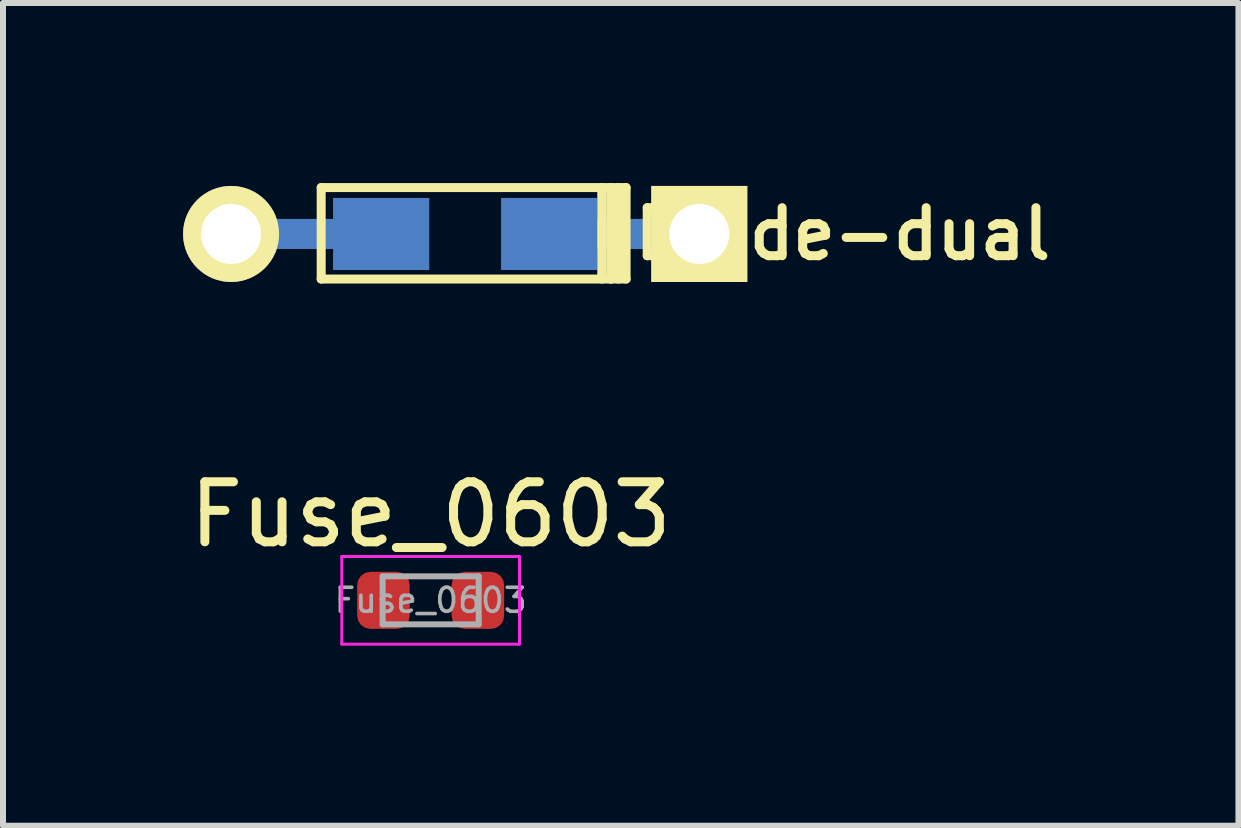
<source format=kicad_pcb>
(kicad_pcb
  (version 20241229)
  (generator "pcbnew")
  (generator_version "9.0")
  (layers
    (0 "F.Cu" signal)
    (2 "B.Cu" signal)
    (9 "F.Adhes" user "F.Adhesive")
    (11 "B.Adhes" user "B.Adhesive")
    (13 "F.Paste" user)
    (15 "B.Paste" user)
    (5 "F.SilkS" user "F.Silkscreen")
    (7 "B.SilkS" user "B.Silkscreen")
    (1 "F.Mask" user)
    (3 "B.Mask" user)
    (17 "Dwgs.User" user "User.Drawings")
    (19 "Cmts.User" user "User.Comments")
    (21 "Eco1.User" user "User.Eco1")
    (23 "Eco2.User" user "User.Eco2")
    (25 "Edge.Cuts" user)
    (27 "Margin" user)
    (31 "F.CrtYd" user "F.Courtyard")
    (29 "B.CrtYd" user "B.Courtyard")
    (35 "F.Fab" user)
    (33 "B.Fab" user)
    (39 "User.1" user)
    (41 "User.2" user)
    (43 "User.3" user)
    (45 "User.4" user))
  (footprint "Fuse_0603"
    (layer "F.Cu")
    (at 4.125 6.952)
    (property "Reference" "Fuse_0603" (at -0.000001 -1.43 0) (layer "F.SilkS") (effects (font (size 1 1) (thickness 0.15))))
    (attr smd)
    (fp_line (start -1.48 -0.73) (end -1.48 0.73) (stroke (width 0.05) (type solid)) (layer "F.CrtYd"))
    (fp_line (start -1.48 0.73) (end 1.48 0.73) (stroke (width 0.05) (type solid)) (layer "F.CrtYd"))
    (fp_line (start 1.48 -0.73) (end -1.48 -0.73) (stroke (width 0.05) (type solid)) (layer "F.CrtYd"))
    (fp_line (start 1.48 0.73) (end 1.48 -0.73) (stroke (width 0.05) (type solid)) (layer "F.CrtYd"))
    (fp_line (start -0.8 -0.4) (end -0.8 0.4) (stroke (width 0.1) (type solid)) (layer "F.Fab"))
    (fp_line (start -0.8 0.4) (end 0.8 0.4) (stroke (width 0.1) (type solid)) (layer "F.Fab"))
    (fp_line (start 0.8 -0.4) (end -0.8 -0.4) (stroke (width 0.1) (type solid)) (layer "F.Fab"))
    (fp_line (start 0.8 0.4) (end 0.8 -0.4) (stroke (width 0.1) (type solid)) (layer "F.Fab"))
    (fp_text user "${REFERENCE}" (at 0 0 0) (layer "F.Fab") (effects (font (size 0.4 0.4) (thickness 0.06))))
    (pad "1" smd roundrect (at -0.787 0) (size 0.875 0.95) (layers "F.Cu" "F.Mask" "F.Paste") (roundrect_rratio 0.25))
    (pad "2" smd roundrect (at 0.787 0) (size 0.875 0.95) (layers "F.Cu" "F.Mask" "F.Paste") (roundrect_rratio 0.25)))
  (footprint "Diode-dual"
    (layer "F.Cu")
    (at 4.7 0.848)
    (property "Reference" "Diode-dual" (at 6.29 0 180) (layer "F.SilkS") (effects (font (size 0.8 0.8) (thickness 0.15))))
    (attr smd)
    (fp_line (start -2.399 -0.773) (end -2.399 0.751) (stroke (width 0.15) (type solid)) (layer "F.SilkS"))
    (fp_line (start -2.399 0.751) (end 2.681 0.751) (stroke (width 0.15) (type solid)) (layer "F.SilkS"))
    (fp_line (start 2.276 -0.773) (end 2.276 0.751) (stroke (width 0.15) (type solid)) (layer "F.SilkS"))
    (fp_line (start 2.427 -0.773) (end 2.427 0.751) (stroke (width 0.15) (type solid)) (layer "F.SilkS"))
    (fp_line (start 2.427 -0.773) (end 2.427 0.751) (stroke (width 0.15) (type solid)) (layer "F.SilkS"))
    (fp_line (start 2.554 0.751) (end 2.554 -0.773) (stroke (width 0.15) (type solid)) (layer "F.SilkS"))
    (fp_line (start 2.681 -0.773) (end -2.399 -0.773) (stroke (width 0.15) (type solid)) (layer "F.SilkS"))
    (fp_line (start 2.681 0.751) (end 2.681 -0.773) (stroke (width 0.15) (type solid)) (layer "F.SilkS"))
    (pad "1" smd rect (at 1.4 0) (size 1.6 1.2) (layers "F.Cu" "F.Mask" "F.Paste"))
    (pad "1" smd rect (at 1.4 0) (size 1.6 1.2) (layers "B.Cu" "B.Mask" "B.Paste"))
    (pad "1" smd rect (at 2.5 0) (size 2.9 0.5) (layers "F.Cu"))
    (pad "1" smd rect (at 2.5 0) (size 2.9 0.5) (layers "B.Cu"))
    (pad "1" thru_hole rect (at 3.9 0) (size 1.6 1.6) (drill 1) (layers "*.Cu" "*.Mask" "F.SilkS"))
    (pad "2" thru_hole circle (at -3.9 0) (size 1.6 1.6) (drill 1) (layers "*.Cu" "*.Mask" "F.SilkS"))
    (pad "2" smd rect (at -2.5 0) (size 2.9 0.5) (layers "F.Cu"))
    (pad "2" smd rect (at -2.5 0) (size 2.9 0.5) (layers "B.Cu"))
    (pad "2" smd rect (at -1.4 0) (size 1.6 1.2) (layers "F.Cu" "F.Mask" "F.Paste"))
    (pad "2" smd rect (at -1.4 0) (size 1.6 1.2) (layers "B.Cu" "B.Mask" "B.Paste")))
  (gr_rect
    (start -3 -3)
    (end 17.583 10.707)
    (stroke (width 0.1) (type default))
    (fill no)
    (layer "Edge.Cuts")))
</source>
